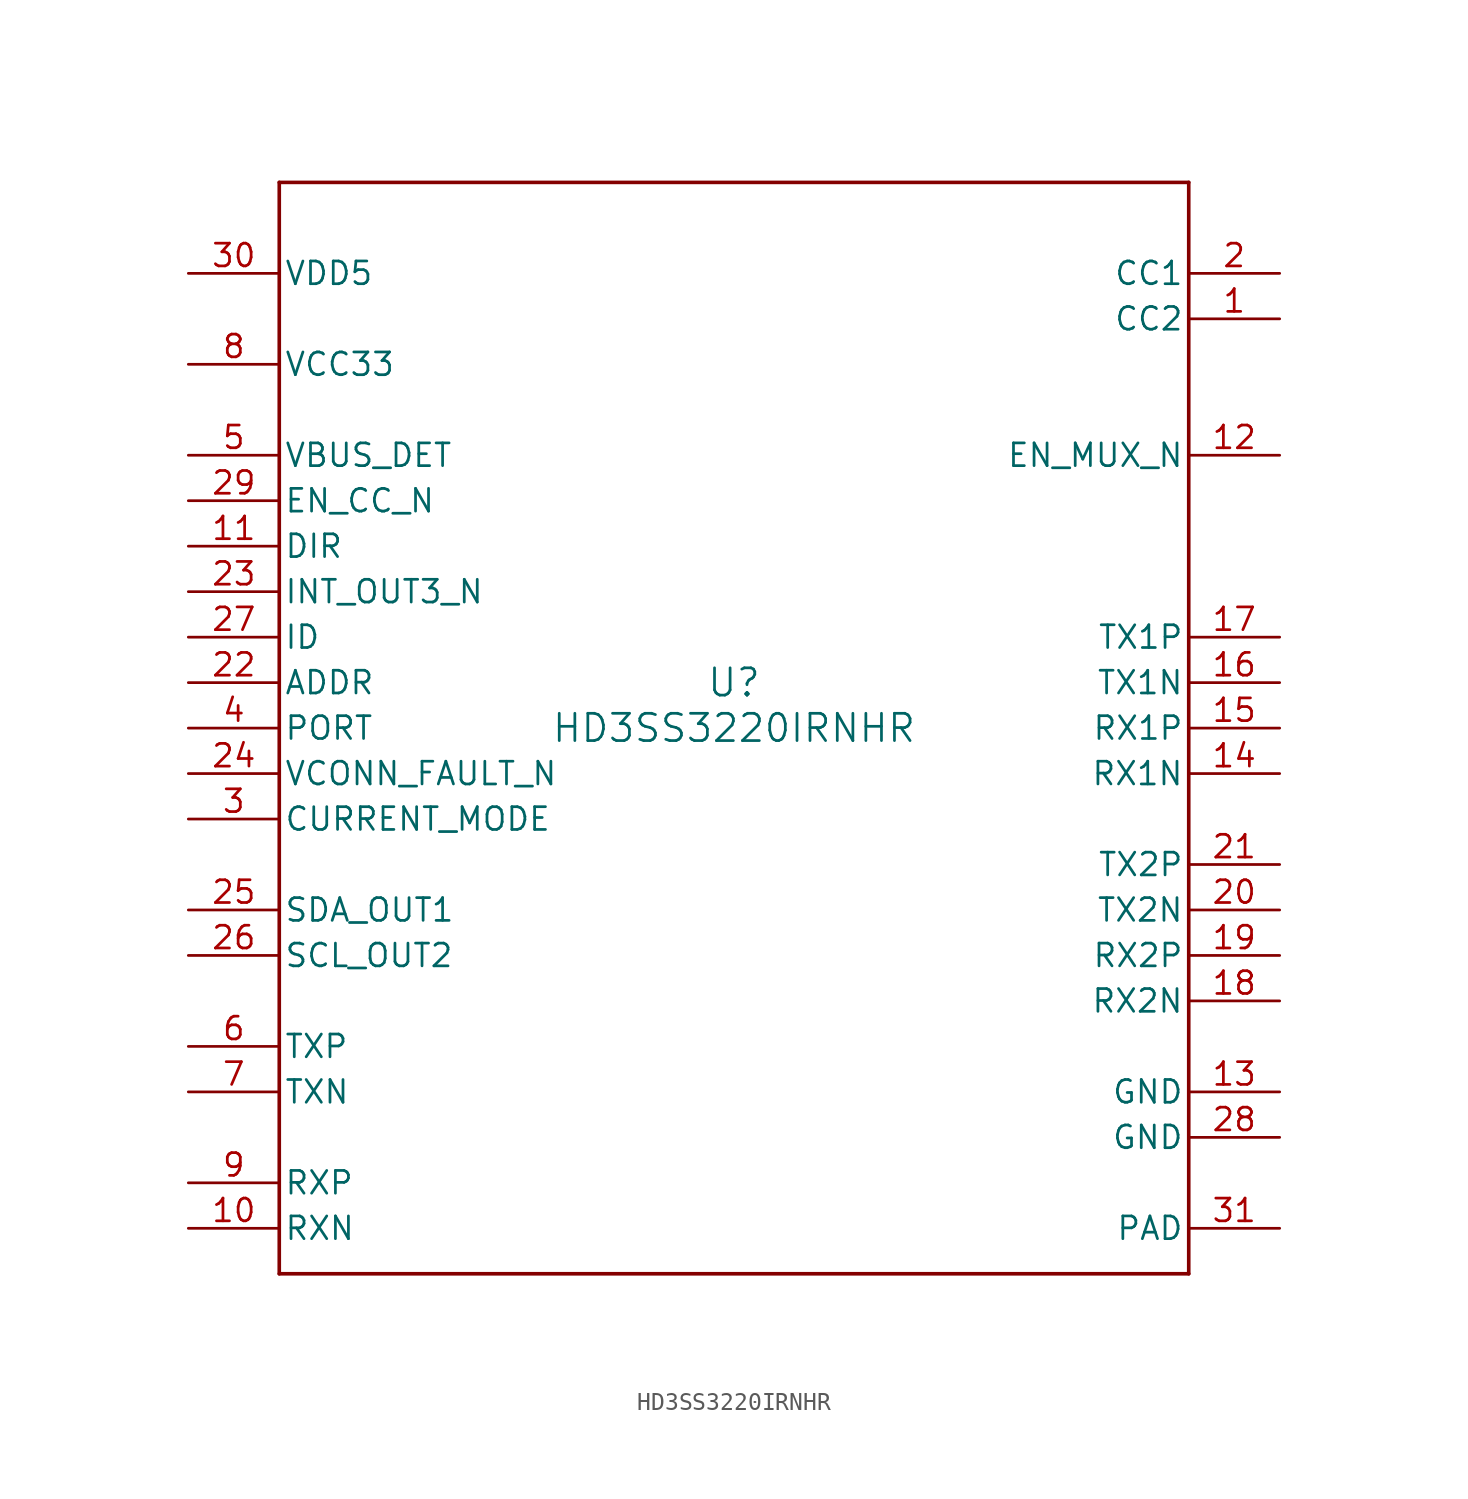
<source format=kicad_sym>
(kicad_symbol_lib
  (version 20211014)
  (generator kicad_symbol_editor)
  (symbol "HD3SS3220IRNHR"
    (pin_names
      (offset 0.254))
    (property "Reference" "U"
      (at 0 2.54 0)
      (effects (font (size 1.524 1.524))))
    (property "Value" "HD3SS3220IRNHR"
      (at 0 0 0)
      (effects (font (size 1.524 1.524))))
    (symbol "HD3SS3220IRNHR_0_1"
      (polyline (pts (xy -25.4 -30.48) (xy 25.4 -30.48)) (stroke (width 0.203) (type default) (color 0 0 0 0)) (fill (type none)))
      (polyline (pts (xy 25.4 -30.48) (xy 25.4 30.48)) (stroke (width 0.203) (type default) (color 0 0 0 0)) (fill (type none)))
      (polyline (pts (xy 25.4 30.48) (xy -25.4 30.48)) (stroke (width 0.203) (type default) (color 0 0 0 0)) (fill (type none)))
      (polyline (pts (xy -25.4 30.48) (xy -25.4 -30.48)) (stroke (width 0.203) (type default) (color 0 0 0 0)) (fill (type none)))
      (pin bidirectional line (at 30.48 22.86 180) (length 5.08) (name "CC2" (effects (font (size 1.27 1.27)))) (number "1" (effects (font (size 1.27 1.27)))))
      (pin bidirectional line (at 30.48 25.4 180) (length 5.08) (name "CC1" (effects (font (size 1.27 1.27)))) (number "2" (effects (font (size 1.27 1.27)))))
      (pin input line (at -30.48 -5.08 0) (length 5.08) (name "CURRENT_MODE" (effects (font (size 1.27 1.27)))) (number "3" (effects (font (size 1.27 1.27)))))
      (pin input line (at -30.48 0 0) (length 5.08) (name "PORT" (effects (font (size 1.27 1.27)))) (number "4" (effects (font (size 1.27 1.27)))))
      (pin input line (at -30.48 15.24 0) (length 5.08) (name "VBUS_DET" (effects (font (size 1.27 1.27)))) (number "5" (effects (font (size 1.27 1.27)))))
      (pin bidirectional line (at -30.48 -17.78 0) (length 5.08) (name "TXP" (effects (font (size 1.27 1.27)))) (number "6" (effects (font (size 1.27 1.27)))))
      (pin bidirectional line (at -30.48 -20.32 0) (length 5.08) (name "TXN" (effects (font (size 1.27 1.27)))) (number "7" (effects (font (size 1.27 1.27)))))
      (pin power_in line (at -30.48 20.32 0) (length 5.08) (name "VCC33" (effects (font (size 1.27 1.27)))) (number "8" (effects (font (size 1.27 1.27)))))
      (pin bidirectional line (at -30.48 -25.4 0) (length 5.08) (name "RXP" (effects (font (size 1.27 1.27)))) (number "9" (effects (font (size 1.27 1.27)))))
      (pin bidirectional line (at -30.48 -27.94 0) (length 5.08) (name "RXN" (effects (font (size 1.27 1.27)))) (number "10" (effects (font (size 1.27 1.27)))))
      (pin open_collector line (at -30.48 10.16 0) (length 5.08) (name "DIR" (effects (font (size 1.27 1.27)))) (number "11" (effects (font (size 1.27 1.27)))))
      (pin input line (at 30.48 15.24 180) (length 5.08) (name "EN_MUX_N" (effects (font (size 1.27 1.27)))) (number "12" (effects (font (size 1.27 1.27)))))
      (pin power_in line (at 30.48 -20.32 180) (length 5.08) (name "GND" (effects (font (size 1.27 1.27)))) (number "13" (effects (font (size 1.27 1.27)))))
      (pin bidirectional line (at 30.48 -2.54 180) (length 5.08) (name "RX1N" (effects (font (size 1.27 1.27)))) (number "14" (effects (font (size 1.27 1.27)))))
      (pin bidirectional line (at 30.48 0 180) (length 5.08) (name "RX1P" (effects (font (size 1.27 1.27)))) (number "15" (effects (font (size 1.27 1.27)))))
      (pin bidirectional line (at 30.48 2.54 180) (length 5.08) (name "TX1N" (effects (font (size 1.27 1.27)))) (number "16" (effects (font (size 1.27 1.27)))))
      (pin bidirectional line (at 30.48 5.08 180) (length 5.08) (name "TX1P" (effects (font (size 1.27 1.27)))) (number "17" (effects (font (size 1.27 1.27)))))
      (pin bidirectional line (at 30.48 -15.24 180) (length 5.08) (name "RX2N" (effects (font (size 1.27 1.27)))) (number "18" (effects (font (size 1.27 1.27)))))
      (pin bidirectional line (at 30.48 -12.7 180) (length 5.08) (name "RX2P" (effects (font (size 1.27 1.27)))) (number "19" (effects (font (size 1.27 1.27)))))
      (pin bidirectional line (at 30.48 -10.16 180) (length 5.08) (name "TX2N" (effects (font (size 1.27 1.27)))) (number "20" (effects (font (size 1.27 1.27)))))
      (pin bidirectional line (at 30.48 -7.62 180) (length 5.08) (name "TX2P" (effects (font (size 1.27 1.27)))) (number "21" (effects (font (size 1.27 1.27)))))
      (pin input line (at -30.48 2.54 0) (length 5.08) (name "ADDR" (effects (font (size 1.27 1.27)))) (number "22" (effects (font (size 1.27 1.27)))))
      (pin open_collector line (at -30.48 7.62 0) (length 5.08) (name "INT_OUT3_N" (effects (font (size 1.27 1.27)))) (number "23" (effects (font (size 1.27 1.27)))))
      (pin open_collector line (at -30.48 -2.54 0) (length 5.08) (name "VCONN_FAULT_N" (effects (font (size 1.27 1.27)))) (number "24" (effects (font (size 1.27 1.27)))))
      (pin bidirectional line (at -30.48 -10.16 0) (length 5.08) (name "SDA_OUT1" (effects (font (size 1.27 1.27)))) (number "25" (effects (font (size 1.27 1.27)))))
      (pin bidirectional line (at -30.48 -12.7 0) (length 5.08) (name "SCL_OUT2" (effects (font (size 1.27 1.27)))) (number "26" (effects (font (size 1.27 1.27)))))
      (pin open_collector line (at -30.48 5.08 0) (length 5.08) (name "ID" (effects (font (size 1.27 1.27)))) (number "27" (effects (font (size 1.27 1.27)))))
      (pin power_in line (at 30.48 -22.86 180) (length 5.08) (name "GND" (effects (font (size 1.27 1.27)))) (number "28" (effects (font (size 1.27 1.27)))))
      (pin input line (at -30.48 12.7 0) (length 5.08) (name "EN_CC_N" (effects (font (size 1.27 1.27)))) (number "29" (effects (font (size 1.27 1.27)))))
      (pin power_in line (at -30.48 25.4 0) (length 5.08) (name "VDD5" (effects (font (size 1.27 1.27)))) (number "30" (effects (font (size 1.27 1.27)))))
      (pin power_in line (at 30.48 -27.94 180) (length 5.08) (name "PAD" (effects (font (size 1.27 1.27)))) (number "31" (effects (font (size 1.27 1.27))))))))
</source>
